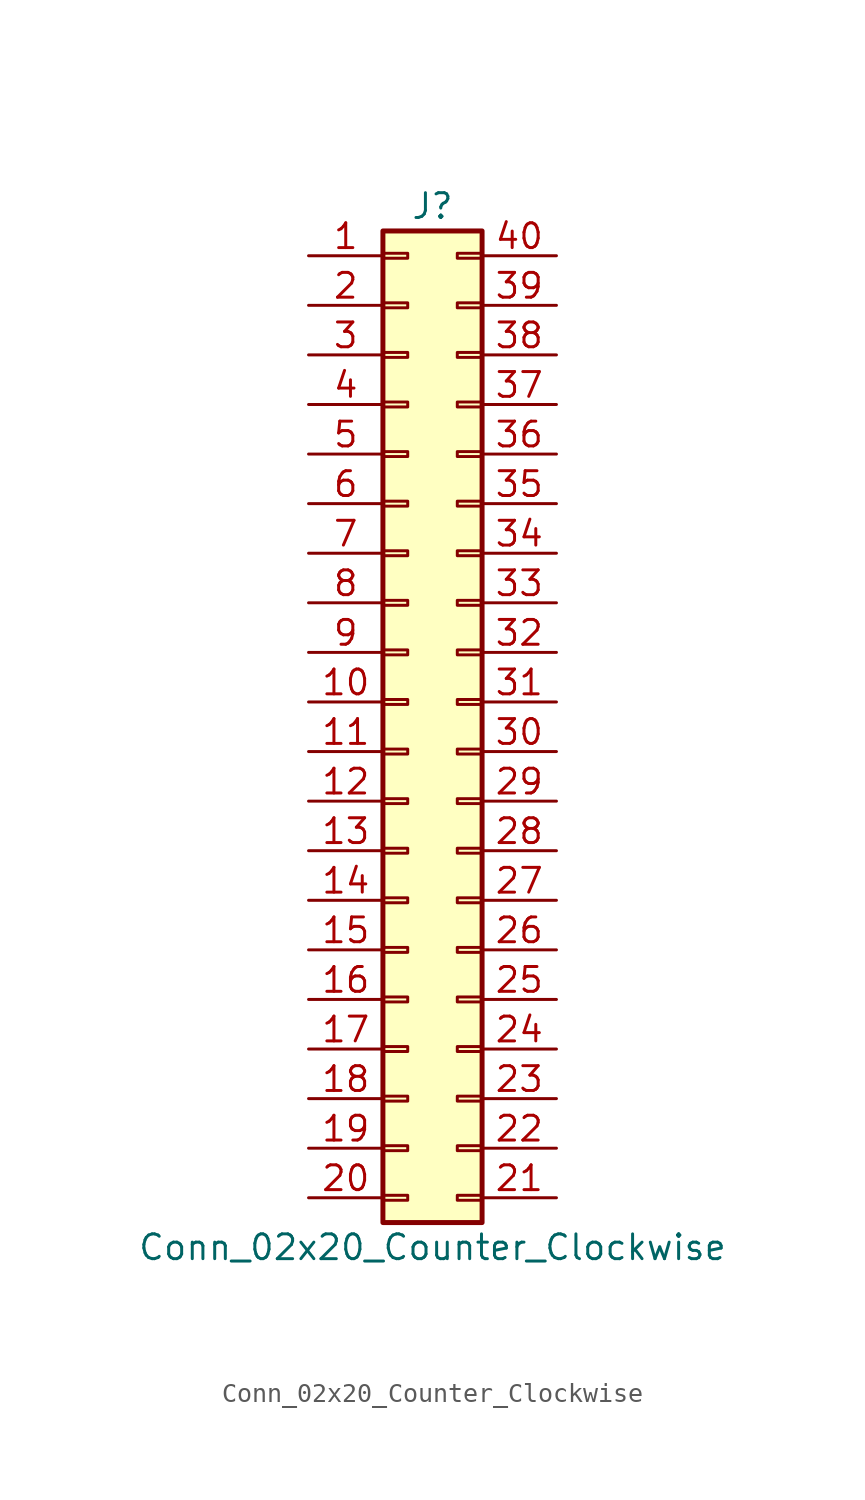
<source format=kicad_sym>
(kicad_symbol_lib
  (version 20220914)
  (generator kicad_symbol_editor)
  (symbol "Conn_02x20_Counter_Clockwise"
    (pin_names
      (offset 1.016) hide)
    (property "Reference" "J"
      (at 1.27 25.4 0)
      (effects (font (size 1.27 1.27))))
    (property "Value" "Conn_02x20_Counter_Clockwise"
      (at 1.27 -27.94 0)
      (effects (font (size 1.27 1.27))))
    (symbol "Conn_02x20_Counter_Clockwise_1_1"
      (rectangle (start -1.27 -25.273) (end 0 -25.527) (stroke (width 0.152) (type solid)) (fill (type none)))
      (rectangle (start -1.27 -22.733) (end 0 -22.987) (stroke (width 0.152) (type solid)) (fill (type none)))
      (rectangle (start -1.27 -20.193) (end 0 -20.447) (stroke (width 0.152) (type solid)) (fill (type none)))
      (rectangle (start -1.27 -17.653) (end 0 -17.907) (stroke (width 0.152) (type solid)) (fill (type none)))
      (rectangle (start -1.27 -15.113) (end 0 -15.367) (stroke (width 0.152) (type solid)) (fill (type none)))
      (rectangle (start -1.27 -12.573) (end 0 -12.827) (stroke (width 0.152) (type solid)) (fill (type none)))
      (rectangle (start -1.27 -10.033) (end 0 -10.287) (stroke (width 0.152) (type solid)) (fill (type none)))
      (rectangle (start -1.27 -7.493) (end 0 -7.747) (stroke (width 0.152) (type solid)) (fill (type none)))
      (rectangle (start -1.27 -4.953) (end 0 -5.207) (stroke (width 0.152) (type solid)) (fill (type none)))
      (rectangle (start -1.27 -2.413) (end 0 -2.667) (stroke (width 0.152) (type solid)) (fill (type none)))
      (rectangle (start -1.27 0.127) (end 0 -0.127) (stroke (width 0.152) (type solid)) (fill (type none)))
      (rectangle (start -1.27 2.667) (end 0 2.413) (stroke (width 0.152) (type solid)) (fill (type none)))
      (rectangle (start -1.27 5.207) (end 0 4.953) (stroke (width 0.152) (type solid)) (fill (type none)))
      (rectangle (start -1.27 7.747) (end 0 7.493) (stroke (width 0.152) (type solid)) (fill (type none)))
      (rectangle (start -1.27 10.287) (end 0 10.033) (stroke (width 0.152) (type solid)) (fill (type none)))
      (rectangle (start -1.27 12.827) (end 0 12.573) (stroke (width 0.152) (type solid)) (fill (type none)))
      (rectangle (start -1.27 15.367) (end 0 15.113) (stroke (width 0.152) (type solid)) (fill (type none)))
      (rectangle (start -1.27 17.907) (end 0 17.653) (stroke (width 0.152) (type solid)) (fill (type none)))
      (rectangle (start -1.27 20.447) (end 0 20.193) (stroke (width 0.152) (type solid)) (fill (type none)))
      (rectangle (start -1.27 22.987) (end 0 22.733) (stroke (width 0.152) (type solid)) (fill (type none)))
      (rectangle (start -1.27 24.13) (end 3.81 -26.67) (stroke (width 0.254) (type solid)) (fill (type background)))
      (rectangle (start 3.81 -25.273) (end 2.54 -25.527) (stroke (width 0.152) (type solid)) (fill (type none)))
      (rectangle (start 3.81 -22.733) (end 2.54 -22.987) (stroke (width 0.152) (type solid)) (fill (type none)))
      (rectangle (start 3.81 -20.193) (end 2.54 -20.447) (stroke (width 0.152) (type solid)) (fill (type none)))
      (rectangle (start 3.81 -17.653) (end 2.54 -17.907) (stroke (width 0.152) (type solid)) (fill (type none)))
      (rectangle (start 3.81 -15.113) (end 2.54 -15.367) (stroke (width 0.152) (type solid)) (fill (type none)))
      (rectangle (start 3.81 -12.573) (end 2.54 -12.827) (stroke (width 0.152) (type solid)) (fill (type none)))
      (rectangle (start 3.81 -10.033) (end 2.54 -10.287) (stroke (width 0.152) (type solid)) (fill (type none)))
      (rectangle (start 3.81 -7.493) (end 2.54 -7.747) (stroke (width 0.152) (type solid)) (fill (type none)))
      (rectangle (start 3.81 -4.953) (end 2.54 -5.207) (stroke (width 0.152) (type solid)) (fill (type none)))
      (rectangle (start 3.81 -2.413) (end 2.54 -2.667) (stroke (width 0.152) (type solid)) (fill (type none)))
      (rectangle (start 3.81 0.127) (end 2.54 -0.127) (stroke (width 0.152) (type solid)) (fill (type none)))
      (rectangle (start 3.81 2.667) (end 2.54 2.413) (stroke (width 0.152) (type solid)) (fill (type none)))
      (rectangle (start 3.81 5.207) (end 2.54 4.953) (stroke (width 0.152) (type solid)) (fill (type none)))
      (rectangle (start 3.81 7.747) (end 2.54 7.493) (stroke (width 0.152) (type solid)) (fill (type none)))
      (rectangle (start 3.81 10.287) (end 2.54 10.033) (stroke (width 0.152) (type solid)) (fill (type none)))
      (rectangle (start 3.81 12.827) (end 2.54 12.573) (stroke (width 0.152) (type solid)) (fill (type none)))
      (rectangle (start 3.81 15.367) (end 2.54 15.113) (stroke (width 0.152) (type solid)) (fill (type none)))
      (rectangle (start 3.81 17.907) (end 2.54 17.653) (stroke (width 0.152) (type solid)) (fill (type none)))
      (rectangle (start 3.81 20.447) (end 2.54 20.193) (stroke (width 0.152) (type solid)) (fill (type none)))
      (rectangle (start 3.81 22.987) (end 2.54 22.733) (stroke (width 0.152) (type solid)) (fill (type none)))
      (pin passive line (at -5.08 22.86 0) (length 3.81) (name "Pin_1" (effects (font (size 1.27 1.27)))) (number "1" (effects (font (size 1.27 1.27)))))
      (pin passive line (at -5.08 0 0) (length 3.81) (name "Pin_10" (effects (font (size 1.27 1.27)))) (number "10" (effects (font (size 1.27 1.27)))))
      (pin passive line (at -5.08 -2.54 0) (length 3.81) (name "Pin_11" (effects (font (size 1.27 1.27)))) (number "11" (effects (font (size 1.27 1.27)))))
      (pin passive line (at -5.08 -5.08 0) (length 3.81) (name "Pin_12" (effects (font (size 1.27 1.27)))) (number "12" (effects (font (size 1.27 1.27)))))
      (pin passive line (at -5.08 -7.62 0) (length 3.81) (name "Pin_13" (effects (font (size 1.27 1.27)))) (number "13" (effects (font (size 1.27 1.27)))))
      (pin passive line (at -5.08 -10.16 0) (length 3.81) (name "Pin_14" (effects (font (size 1.27 1.27)))) (number "14" (effects (font (size 1.27 1.27)))))
      (pin passive line (at -5.08 -12.7 0) (length 3.81) (name "Pin_15" (effects (font (size 1.27 1.27)))) (number "15" (effects (font (size 1.27 1.27)))))
      (pin passive line (at -5.08 -15.24 0) (length 3.81) (name "Pin_16" (effects (font (size 1.27 1.27)))) (number "16" (effects (font (size 1.27 1.27)))))
      (pin passive line (at -5.08 -17.78 0) (length 3.81) (name "Pin_17" (effects (font (size 1.27 1.27)))) (number "17" (effects (font (size 1.27 1.27)))))
      (pin passive line (at -5.08 -20.32 0) (length 3.81) (name "Pin_18" (effects (font (size 1.27 1.27)))) (number "18" (effects (font (size 1.27 1.27)))))
      (pin passive line (at -5.08 -22.86 0) (length 3.81) (name "Pin_19" (effects (font (size 1.27 1.27)))) (number "19" (effects (font (size 1.27 1.27)))))
      (pin passive line (at -5.08 20.32 0) (length 3.81) (name "Pin_2" (effects (font (size 1.27 1.27)))) (number "2" (effects (font (size 1.27 1.27)))))
      (pin passive line (at -5.08 -25.4 0) (length 3.81) (name "Pin_20" (effects (font (size 1.27 1.27)))) (number "20" (effects (font (size 1.27 1.27)))))
      (pin passive line (at 7.62 -25.4 180) (length 3.81) (name "Pin_21" (effects (font (size 1.27 1.27)))) (number "21" (effects (font (size 1.27 1.27)))))
      (pin passive line (at 7.62 -22.86 180) (length 3.81) (name "Pin_22" (effects (font (size 1.27 1.27)))) (number "22" (effects (font (size 1.27 1.27)))))
      (pin passive line (at 7.62 -20.32 180) (length 3.81) (name "Pin_23" (effects (font (size 1.27 1.27)))) (number "23" (effects (font (size 1.27 1.27)))))
      (pin passive line (at 7.62 -17.78 180) (length 3.81) (name "Pin_24" (effects (font (size 1.27 1.27)))) (number "24" (effects (font (size 1.27 1.27)))))
      (pin passive line (at 7.62 -15.24 180) (length 3.81) (name "Pin_25" (effects (font (size 1.27 1.27)))) (number "25" (effects (font (size 1.27 1.27)))))
      (pin passive line (at 7.62 -12.7 180) (length 3.81) (name "Pin_26" (effects (font (size 1.27 1.27)))) (number "26" (effects (font (size 1.27 1.27)))))
      (pin passive line (at 7.62 -10.16 180) (length 3.81) (name "Pin_27" (effects (font (size 1.27 1.27)))) (number "27" (effects (font (size 1.27 1.27)))))
      (pin passive line (at 7.62 -7.62 180) (length 3.81) (name "Pin_28" (effects (font (size 1.27 1.27)))) (number "28" (effects (font (size 1.27 1.27)))))
      (pin passive line (at 7.62 -5.08 180) (length 3.81) (name "Pin_29" (effects (font (size 1.27 1.27)))) (number "29" (effects (font (size 1.27 1.27)))))
      (pin passive line (at -5.08 17.78 0) (length 3.81) (name "Pin_3" (effects (font (size 1.27 1.27)))) (number "3" (effects (font (size 1.27 1.27)))))
      (pin passive line (at 7.62 -2.54 180) (length 3.81) (name "Pin_30" (effects (font (size 1.27 1.27)))) (number "30" (effects (font (size 1.27 1.27)))))
      (pin passive line (at 7.62 0 180) (length 3.81) (name "Pin_31" (effects (font (size 1.27 1.27)))) (number "31" (effects (font (size 1.27 1.27)))))
      (pin passive line (at 7.62 2.54 180) (length 3.81) (name "Pin_32" (effects (font (size 1.27 1.27)))) (number "32" (effects (font (size 1.27 1.27)))))
      (pin passive line (at 7.62 5.08 180) (length 3.81) (name "Pin_33" (effects (font (size 1.27 1.27)))) (number "33" (effects (font (size 1.27 1.27)))))
      (pin passive line (at 7.62 7.62 180) (length 3.81) (name "Pin_34" (effects (font (size 1.27 1.27)))) (number "34" (effects (font (size 1.27 1.27)))))
      (pin passive line (at 7.62 10.16 180) (length 3.81) (name "Pin_35" (effects (font (size 1.27 1.27)))) (number "35" (effects (font (size 1.27 1.27)))))
      (pin passive line (at 7.62 12.7 180) (length 3.81) (name "Pin_36" (effects (font (size 1.27 1.27)))) (number "36" (effects (font (size 1.27 1.27)))))
      (pin passive line (at 7.62 15.24 180) (length 3.81) (name "Pin_37" (effects (font (size 1.27 1.27)))) (number "37" (effects (font (size 1.27 1.27)))))
      (pin passive line (at 7.62 17.78 180) (length 3.81) (name "Pin_38" (effects (font (size 1.27 1.27)))) (number "38" (effects (font (size 1.27 1.27)))))
      (pin passive line (at 7.62 20.32 180) (length 3.81) (name "Pin_39" (effects (font (size 1.27 1.27)))) (number "39" (effects (font (size 1.27 1.27)))))
      (pin passive line (at -5.08 15.24 0) (length 3.81) (name "Pin_4" (effects (font (size 1.27 1.27)))) (number "4" (effects (font (size 1.27 1.27)))))
      (pin passive line (at 7.62 22.86 180) (length 3.81) (name "Pin_40" (effects (font (size 1.27 1.27)))) (number "40" (effects (font (size 1.27 1.27)))))
      (pin passive line (at -5.08 12.7 0) (length 3.81) (name "Pin_5" (effects (font (size 1.27 1.27)))) (number "5" (effects (font (size 1.27 1.27)))))
      (pin passive line (at -5.08 10.16 0) (length 3.81) (name "Pin_6" (effects (font (size 1.27 1.27)))) (number "6" (effects (font (size 1.27 1.27)))))
      (pin passive line (at -5.08 7.62 0) (length 3.81) (name "Pin_7" (effects (font (size 1.27 1.27)))) (number "7" (effects (font (size 1.27 1.27)))))
      (pin passive line (at -5.08 5.08 0) (length 3.81) (name "Pin_8" (effects (font (size 1.27 1.27)))) (number "8" (effects (font (size 1.27 1.27)))))
      (pin passive line (at -5.08 2.54 0) (length 3.81) (name "Pin_9" (effects (font (size 1.27 1.27)))) (number "9" (effects (font (size 1.27 1.27))))))))
</source>
